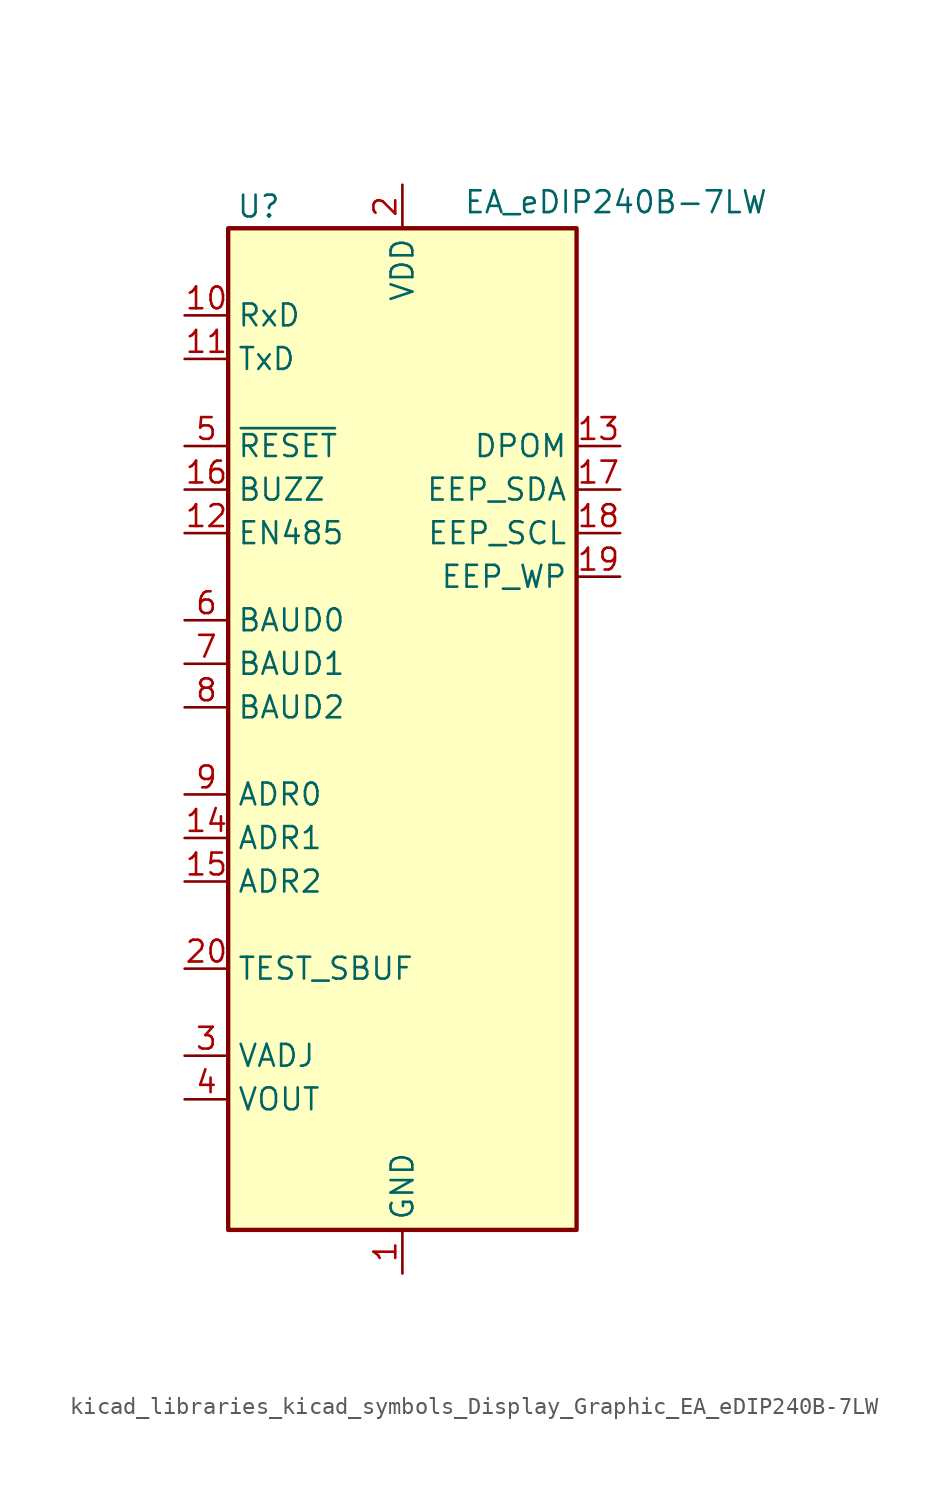
<source format=kicad_sym>
(kicad_symbol_lib
  (version 20220914)
  (generator kicad_symbol_editor)
  (symbol "kicad_libraries_kicad_symbols_Display_Graphic_EA_eDIP240B-7LW"
    (property "Reference" "U"
      (at -8.382 29.21 0)
      (effects (font (size 1.27 1.27))))
    (property "Value" "EA_eDIP240B-7LW"
      (at 3.556 29.464 0)
      (effects (font (size 1.27 1.27)) (justify left)))
    (symbol "kicad_libraries_kicad_symbols_Display_Graphic_EA_eDIP240B-7LW_0_1"
      (rectangle (start -10.16 27.94) (end 10.16 -30.48) (stroke (width 0.254) (type default)) (fill (type background))))
    (symbol "kicad_libraries_kicad_symbols_Display_Graphic_EA_eDIP240B-7LW_1_1"
      (pin power_in line (at 0 -33.02 90) (length 2.54) (name "GND" (effects (font (size 1.27 1.27)))) (number "1" (effects (font (size 1.27 1.27)))))
      (pin input line (at -12.7 22.86 0) (length 2.54) (name "RxD" (effects (font (size 1.27 1.27)))) (number "10" (effects (font (size 1.27 1.27)))))
      (pin output line (at -12.7 20.32 0) (length 2.54) (name "TxD" (effects (font (size 1.27 1.27)))) (number "11" (effects (font (size 1.27 1.27)))))
      (pin output line (at -12.7 10.16 0) (length 2.54) (name "EN485" (effects (font (size 1.27 1.27)))) (number "12" (effects (font (size 1.27 1.27)))))
      (pin input line (at 12.7 15.24 180) (length 2.54) (name "DPOM" (effects (font (size 1.27 1.27)))) (number "13" (effects (font (size 1.27 1.27)))))
      (pin input line (at -12.7 -7.62 0) (length 2.54) (name "ADR1" (effects (font (size 1.27 1.27)))) (number "14" (effects (font (size 1.27 1.27)))))
      (pin input line (at -12.7 -10.16 0) (length 2.54) (name "ADR2" (effects (font (size 1.27 1.27)))) (number "15" (effects (font (size 1.27 1.27)))))
      (pin output line (at -12.7 12.7 0) (length 2.54) (name "BUZZ" (effects (font (size 1.27 1.27)))) (number "16" (effects (font (size 1.27 1.27)))))
      (pin bidirectional line (at 12.7 12.7 180) (length 2.54) (name "EEP_SDA" (effects (font (size 1.27 1.27)))) (number "17" (effects (font (size 1.27 1.27)))))
      (pin output line (at 12.7 10.16 180) (length 2.54) (name "EEP_SCL" (effects (font (size 1.27 1.27)))) (number "18" (effects (font (size 1.27 1.27)))))
      (pin input line (at 12.7 7.62 180) (length 2.54) (name "EEP_WP" (effects (font (size 1.27 1.27)))) (number "19" (effects (font (size 1.27 1.27)))))
      (pin power_in line (at 0 30.48 270) (length 2.54) (name "VDD" (effects (font (size 1.27 1.27)))) (number "2" (effects (font (size 1.27 1.27)))))
      (pin open_collector line (at -12.7 -15.24 0) (length 2.54) (name "TEST_SBUF" (effects (font (size 1.27 1.27)))) (number "20" (effects (font (size 1.27 1.27)))))
      (pin no_connect line (at -10.16 -25.4 0) (length 2.54) hide (name "NC" (effects (font (size 1.27 1.27)))) (number "21" (effects (font (size 1.27 1.27)))))
      (pin no_connect line (at -10.16 -27.94 0) (length 2.54) hide (name "NC" (effects (font (size 1.27 1.27)))) (number "22" (effects (font (size 1.27 1.27)))))
      (pin no_connect line (at 10.16 25.4 180) (length 2.54) hide (name "NC" (effects (font (size 1.27 1.27)))) (number "23" (effects (font (size 1.27 1.27)))))
      (pin no_connect line (at 10.16 22.86 180) (length 2.54) hide (name "NC" (effects (font (size 1.27 1.27)))) (number "24" (effects (font (size 1.27 1.27)))))
      (pin no_connect line (at 10.16 20.32 180) (length 2.54) hide (name "NC" (effects (font (size 1.27 1.27)))) (number "25" (effects (font (size 1.27 1.27)))))
      (pin no_connect line (at 10.16 17.78 180) (length 2.54) hide (name "NC" (effects (font (size 1.27 1.27)))) (number "26" (effects (font (size 1.27 1.27)))))
      (pin no_connect line (at 10.16 5.08 180) (length 2.54) hide (name "NC" (effects (font (size 1.27 1.27)))) (number "27" (effects (font (size 1.27 1.27)))))
      (pin no_connect line (at 10.16 2.54 180) (length 2.54) hide (name "NC" (effects (font (size 1.27 1.27)))) (number "28" (effects (font (size 1.27 1.27)))))
      (pin no_connect line (at 10.16 0 180) (length 2.54) hide (name "NC" (effects (font (size 1.27 1.27)))) (number "29" (effects (font (size 1.27 1.27)))))
      (pin input line (at -12.7 -20.32 0) (length 2.54) (name "VADJ" (effects (font (size 1.27 1.27)))) (number "3" (effects (font (size 1.27 1.27)))))
      (pin no_connect line (at 10.16 -2.54 180) (length 2.54) hide (name "NC" (effects (font (size 1.27 1.27)))) (number "30" (effects (font (size 1.27 1.27)))))
      (pin no_connect line (at 10.16 -5.08 180) (length 2.54) hide (name "NC" (effects (font (size 1.27 1.27)))) (number "31" (effects (font (size 1.27 1.27)))))
      (pin no_connect line (at 10.16 -7.62 180) (length 2.54) hide (name "NC" (effects (font (size 1.27 1.27)))) (number "32" (effects (font (size 1.27 1.27)))))
      (pin no_connect line (at 10.16 -10.16 180) (length 2.54) hide (name "NC" (effects (font (size 1.27 1.27)))) (number "33" (effects (font (size 1.27 1.27)))))
      (pin no_connect line (at 10.16 -12.7 180) (length 2.54) hide (name "NC" (effects (font (size 1.27 1.27)))) (number "34" (effects (font (size 1.27 1.27)))))
      (pin no_connect line (at 10.16 -15.24 180) (length 2.54) hide (name "NC" (effects (font (size 1.27 1.27)))) (number "35" (effects (font (size 1.27 1.27)))))
      (pin no_connect line (at 10.16 -17.78 180) (length 2.54) hide (name "NC" (effects (font (size 1.27 1.27)))) (number "36" (effects (font (size 1.27 1.27)))))
      (pin no_connect line (at 10.16 -20.32 180) (length 2.54) hide (name "NC" (effects (font (size 1.27 1.27)))) (number "37" (effects (font (size 1.27 1.27)))))
      (pin no_connect line (at 10.16 -22.86 180) (length 2.54) hide (name "NC" (effects (font (size 1.27 1.27)))) (number "38" (effects (font (size 1.27 1.27)))))
      (pin no_connect line (at 10.16 -25.4 180) (length 2.54) hide (name "NC" (effects (font (size 1.27 1.27)))) (number "39" (effects (font (size 1.27 1.27)))))
      (pin output line (at -12.7 -22.86 0) (length 2.54) (name "VOUT" (effects (font (size 1.27 1.27)))) (number "4" (effects (font (size 1.27 1.27)))))
      (pin no_connect line (at 10.16 -27.94 180) (length 2.54) hide (name "NC" (effects (font (size 1.27 1.27)))) (number "40" (effects (font (size 1.27 1.27)))))
      (pin input line (at -12.7 15.24 0) (length 2.54) (name "~{RESET}" (effects (font (size 1.27 1.27)))) (number "5" (effects (font (size 1.27 1.27)))))
      (pin input line (at -12.7 5.08 0) (length 2.54) (name "BAUD0" (effects (font (size 1.27 1.27)))) (number "6" (effects (font (size 1.27 1.27)))))
      (pin input line (at -12.7 2.54 0) (length 2.54) (name "BAUD1" (effects (font (size 1.27 1.27)))) (number "7" (effects (font (size 1.27 1.27)))))
      (pin input line (at -12.7 0 0) (length 2.54) (name "BAUD2" (effects (font (size 1.27 1.27)))) (number "8" (effects (font (size 1.27 1.27)))))
      (pin input line (at -12.7 -5.08 0) (length 2.54) (name "ADR0" (effects (font (size 1.27 1.27)))) (number "9" (effects (font (size 1.27 1.27))))))))
</source>
